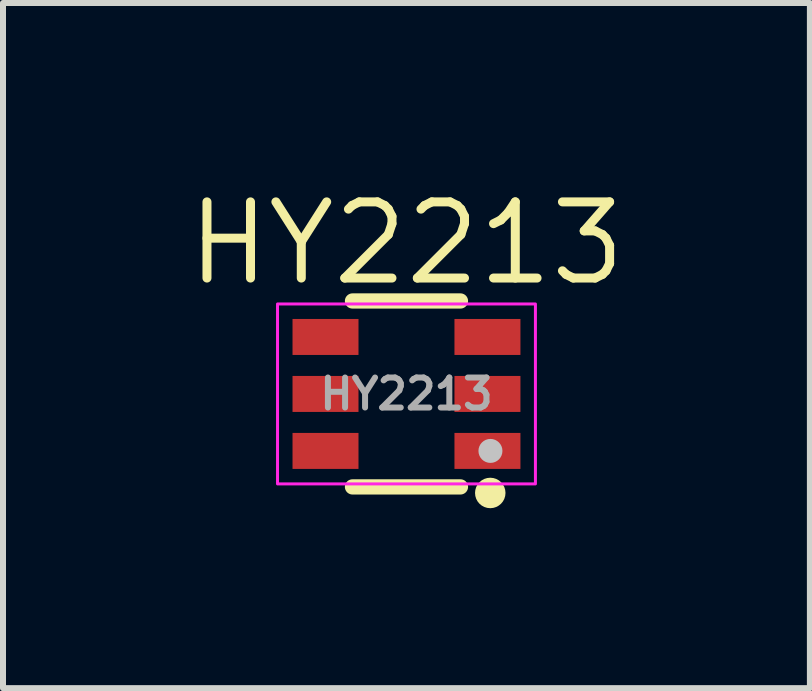
<source format=kicad_pcb>
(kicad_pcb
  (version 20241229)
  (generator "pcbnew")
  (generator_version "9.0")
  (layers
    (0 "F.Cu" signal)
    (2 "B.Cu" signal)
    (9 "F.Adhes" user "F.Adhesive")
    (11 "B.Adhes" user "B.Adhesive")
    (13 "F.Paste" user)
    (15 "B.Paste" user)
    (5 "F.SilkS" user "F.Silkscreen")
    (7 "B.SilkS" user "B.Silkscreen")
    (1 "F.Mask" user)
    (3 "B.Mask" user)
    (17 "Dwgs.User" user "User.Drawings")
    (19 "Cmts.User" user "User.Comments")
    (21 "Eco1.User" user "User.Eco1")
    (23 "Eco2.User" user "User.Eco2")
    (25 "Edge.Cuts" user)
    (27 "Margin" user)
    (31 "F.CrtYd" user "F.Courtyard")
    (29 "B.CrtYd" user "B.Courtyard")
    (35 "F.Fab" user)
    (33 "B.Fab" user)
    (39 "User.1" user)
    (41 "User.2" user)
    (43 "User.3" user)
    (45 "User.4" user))
  (footprint "HY2213"
    (layer "F.Cu")
    (at 3.727 3.518)
    (property "Reference" "HY2213" (at 0 -2.512 0) (layer "F.SilkS") (effects (font (size 1.27 1.27) (thickness 0.15))))
    (fp_line (start -0.9 -1.55) (end 0.9 -1.55) (stroke (width 0.254) (type default)) (layer "F.SilkS"))
    (fp_line (start -0.9 1.55) (end 0.9 1.55) (stroke (width 0.254) (type default)) (layer "F.SilkS"))
    (fp_circle (center 1.397 1.651) (end 1.524 1.651) (stroke (width 0.254) (type default)) (fill no) (layer "F.SilkS"))
    (fp_circle (center 1.4 0.95) (end 1.5 0.95) (stroke (width 0.2) (type default)) (fill no) (layer "Dwgs.User"))
    (fp_rect (start -2.15 -1.5) (end 2.15 1.5) (stroke (width 0.05) (type default)) (fill no) (layer "F.CrtYd"))
    (fp_circle (center 1.4 1.45) (end 1.43 1.45) (stroke (width 0.06) (type default)) (fill no) (layer "User.5"))
    (fp_text user "${REFERENCE}" (at 0 0 0) (layer "F.Fab") (effects (font (size 0.5 0.5) (thickness 0.1))))
    (pad "1" smd rect (at 1.35 0.95) (size 1.1 0.6) (layers "F.Cu" "F.Mask" "F.Paste"))
    (pad "2" smd rect (at 1.35 0) (size 1.1 0.6) (layers "F.Cu" "F.Mask" "F.Paste"))
    (pad "3" smd rect (at 1.35 -0.95) (size 1.1 0.6) (layers "F.Cu" "F.Mask" "F.Paste"))
    (pad "4" smd rect (at -1.35 -0.95) (size 1.1 0.6) (layers "F.Cu" "F.Mask" "F.Paste"))
    (pad "5" smd rect (at -1.35 0) (size 1.1 0.6) (layers "F.Cu" "F.Mask" "F.Paste"))
    (pad "6" smd rect (at -1.35 0.95) (size 1.1 0.6) (layers "F.Cu" "F.Mask" "F.Paste"))
    (zone (net_name "") (layer "User.3") (hatch edge 0.5) (priority 100) (connect_pads yes) (min_thickness 0) (filled_areas_thickness no) (fill yes) (polygon (pts (xy 2.927 4.968) (xy 2.927 2.068) (xy 4.527 2.068) (xy 4.527 4.968))) (filled_polygon (layer "User.3") (island) (pts (xy 2.927 4.968) (xy 2.927 2.068) (xy 4.527 2.068) (xy 4.527 4.968))))
    (zone (net_name "") (layer "User.4") (hatch edge 0.5) (priority 100) (connect_pads) (min_thickness 0) (filled_areas_thickness no) (keepout (tracks allowed) (vias allowed) (pads allowed) (copperpour not_allowed) (footprints allowed)) (placement (enabled no)) (fill) (polygon (pts (xy 2.792 2.783) (xy 2.792 2.353) (xy 2.937 2.353) (xy 2.937 2.783))))
    (zone (net_name "") (layer "User.4") (hatch edge 0.5) (priority 100) (connect_pads) (min_thickness 0) (filled_areas_thickness no) (keepout (tracks allowed) (vias allowed) (pads allowed) (copperpour not_allowed) (footprints allowed)) (placement (enabled no)) (fill) (polygon (pts (xy 2.792 3.733) (xy 2.792 3.303) (xy 2.937 3.303) (xy 2.937 3.733))))
    (zone (net_name "") (layer "User.4") (hatch edge 0.5) (priority 100) (connect_pads) (min_thickness 0) (filled_areas_thickness no) (keepout (tracks allowed) (vias allowed) (pads allowed) (copperpour not_allowed) (footprints allowed)) (placement (enabled no)) (fill) (polygon (pts (xy 2.792 4.683) (xy 2.792 4.253) (xy 2.937 4.253) (xy 2.937 4.683))))
    (zone (net_name "") (layer "User.4") (hatch edge 0.5) (priority 100) (connect_pads yes) (min_thickness 0) (filled_areas_thickness no) (fill yes) (polygon (pts (xy 2.802 2.783) (xy 2.802 2.353) (xy 2.327 2.353) (xy 2.327 2.783))) (filled_polygon (layer "User.4") (island) (pts (xy 2.802 2.783) (xy 2.802 2.353) (xy 2.327 2.353) (xy 2.327 2.783))))
    (zone (net_name "") (layer "User.4") (hatch edge 0.5) (priority 100) (connect_pads yes) (min_thickness 0) (filled_areas_thickness no) (fill yes) (polygon (pts (xy 2.802 3.733) (xy 2.802 3.303) (xy 2.327 3.303) (xy 2.327 3.733))) (filled_polygon (layer "User.4") (island) (pts (xy 2.802 3.733) (xy 2.802 3.303) (xy 2.327 3.303) (xy 2.327 3.733))))
    (zone (net_name "") (layer "User.4") (hatch edge 0.5) (priority 100) (connect_pads yes) (min_thickness 0) (filled_areas_thickness no) (fill yes) (polygon (pts (xy 2.802 4.683) (xy 2.802 4.253) (xy 2.327 4.253) (xy 2.327 4.683))) (filled_polygon (layer "User.4") (island) (pts (xy 2.802 4.683) (xy 2.802 4.253) (xy 2.327 4.253) (xy 2.327 4.683))))
    (zone (net_name "") (layer "User.4") (hatch edge 0.5) (priority 100) (connect_pads yes) (min_thickness 0) (filled_areas_thickness no) (fill yes) (polygon (pts (xy 4.652 2.783) (xy 4.652 2.353) (xy 5.127 2.353) (xy 5.127 2.783))) (filled_polygon (layer "User.4") (island) (pts (xy 4.652 2.783) (xy 4.652 2.353) (xy 5.127 2.353) (xy 5.127 2.783))))
    (zone (net_name "") (layer "User.4") (hatch edge 0.5) (priority 100) (connect_pads yes) (min_thickness 0) (filled_areas_thickness no) (fill yes) (polygon (pts (xy 4.652 3.733) (xy 4.652 3.303) (xy 5.127 3.303) (xy 5.127 3.733))) (filled_polygon (layer "User.4") (island) (pts (xy 4.652 3.733) (xy 4.652 3.303) (xy 5.127 3.303) (xy 5.127 3.733))))
    (zone (net_name "") (layer "User.4") (hatch edge 0.5) (priority 100) (connect_pads yes) (min_thickness 0) (filled_areas_thickness no) (fill yes) (polygon (pts (xy 4.652 4.683) (xy 4.652 4.253) (xy 5.127 4.253) (xy 5.127 4.683))) (filled_polygon (layer "User.4") (island) (pts (xy 4.652 4.683) (xy 4.652 4.253) (xy 5.127 4.253) (xy 5.127 4.683))))
    (zone (net_name "") (layer "User.4") (hatch edge 0.5) (priority 100) (connect_pads) (min_thickness 0) (filled_areas_thickness no) (keepout (tracks allowed) (vias allowed) (pads allowed) (copperpour not_allowed) (footprints allowed)) (placement (enabled no)) (fill) (polygon (pts (xy 4.662 2.353) (xy 4.662 2.783) (xy 4.517 2.783) (xy 4.517 2.353))))
    (zone (net_name "") (layer "User.4") (hatch edge 0.5) (priority 100) (connect_pads) (min_thickness 0) (filled_areas_thickness no) (keepout (tracks allowed) (vias allowed) (pads allowed) (copperpour not_allowed) (footprints allowed)) (placement (enabled no)) (fill) (polygon (pts (xy 4.662 3.303) (xy 4.662 3.733) (xy 4.517 3.733) (xy 4.517 3.303))))
    (zone (net_name "") (layer "User.4") (hatch edge 0.5) (priority 100) (connect_pads) (min_thickness 0) (filled_areas_thickness no) (keepout (tracks allowed) (vias allowed) (pads allowed) (copperpour not_allowed) (footprints allowed)) (placement (enabled no)) (fill) (polygon (pts (xy 4.662 4.253) (xy 4.662 4.683) (xy 4.517 4.683) (xy 4.517 4.253)))))
  (gr_rect
    (start -3 -3)
    (end 10.453 8.423)
    (stroke (width 0.1) (type default))
    (fill no)
    (layer "Edge.Cuts")))
</source>
